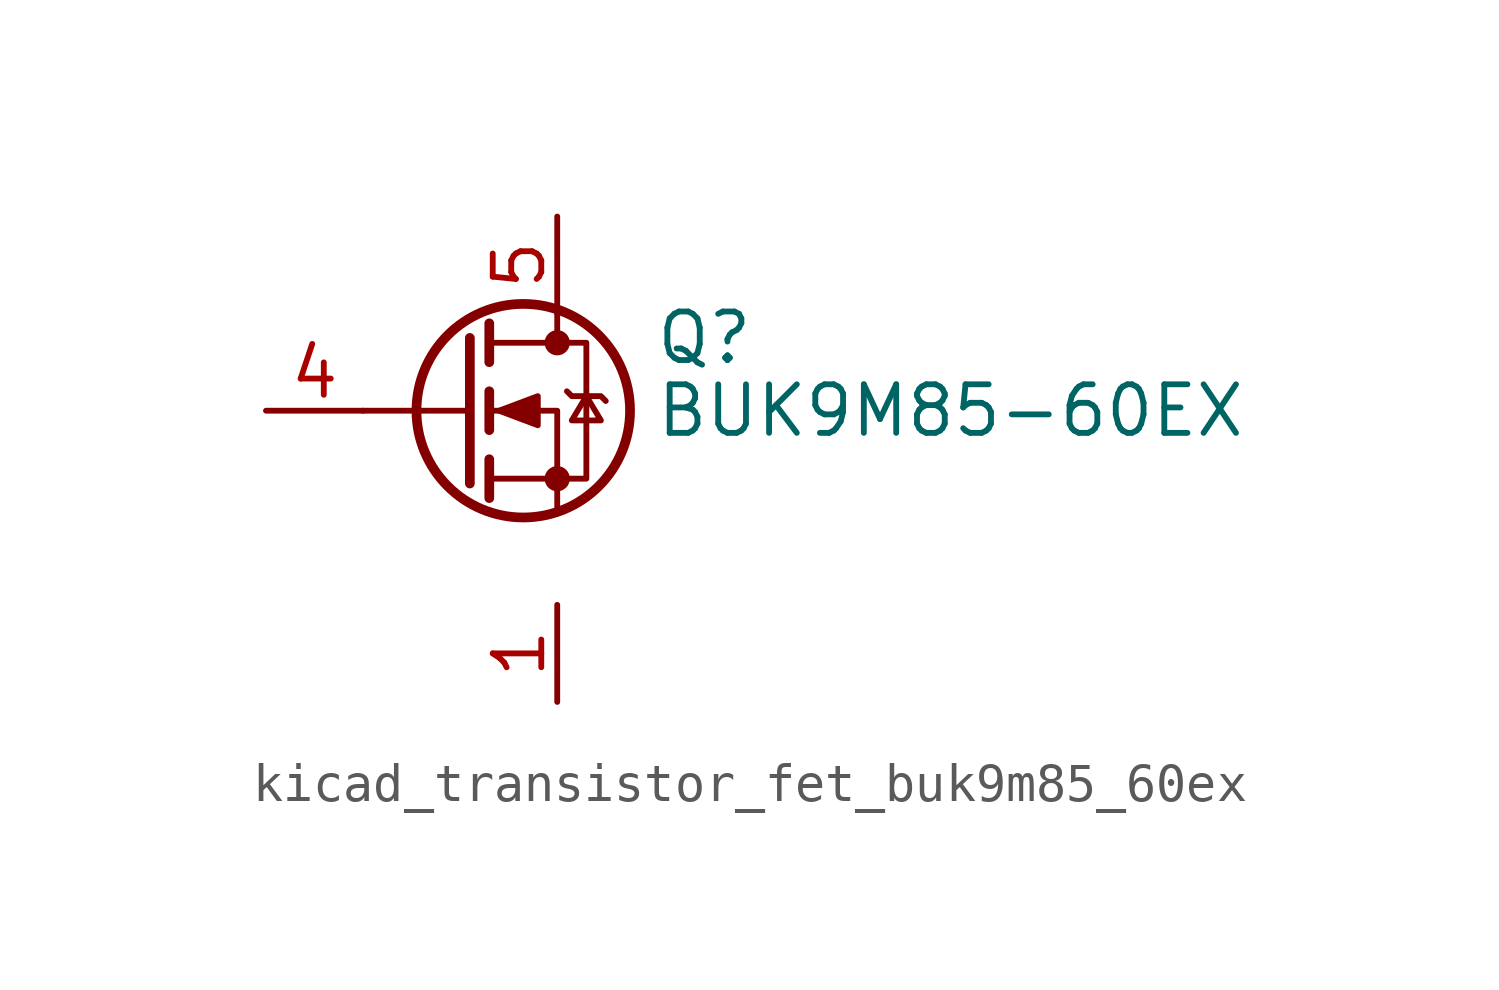
<source format=kicad_sym>
(kicad_symbol_lib
  (version 20220914)
  (generator kicad_symbol_editor)
  (symbol "kicad_transistor_fet_buk9m85_60ex"
    (pin_names hide)
    (property "Reference" "Q"
      (at 5.08 1.905 0)
      (effects (font (size 1.27 1.27)) (justify left)))
    (property "Value" "BUK9M85-60EX"
      (at 5.08 0 0)
      (effects (font (size 1.27 1.27)) (justify left)))
    (symbol "kicad_transistor_fet_buk9m85_60ex_0_1"
      (polyline (pts (xy 0.254 0) (xy -2.54 0)) (stroke (width 0) (type default)) (fill (type none)))
      (polyline (pts (xy 0.254 1.905) (xy 0.254 -1.905)) (stroke (width 0.254) (type default)) (fill (type none)))
      (polyline (pts (xy 0.762 -1.27) (xy 0.762 -2.286)) (stroke (width 0.254) (type default)) (fill (type none)))
      (polyline (pts (xy 0.762 0.508) (xy 0.762 -0.508)) (stroke (width 0.254) (type default)) (fill (type none)))
      (polyline (pts (xy 0.762 2.286) (xy 0.762 1.27)) (stroke (width 0.254) (type default)) (fill (type none)))
      (polyline (pts (xy 2.54 2.54) (xy 2.54 1.778)) (stroke (width 0) (type default)) (fill (type none)))
      (polyline (pts (xy 2.54 -2.54) (xy 2.54 0) (xy 0.762 0)) (stroke (width 0) (type default)) (fill (type none)))
      (polyline (pts (xy 0.762 -1.778) (xy 3.302 -1.778) (xy 3.302 1.778) (xy 0.762 1.778)) (stroke (width 0) (type default)) (fill (type none)))
      (polyline (pts (xy 1.016 0) (xy 2.032 0.381) (xy 2.032 -0.381) (xy 1.016 0)) (stroke (width 0) (type default)) (fill (type outline)))
      (polyline (pts (xy 2.794 0.508) (xy 2.921 0.381) (xy 3.683 0.381) (xy 3.81 0.254)) (stroke (width 0) (type default)) (fill (type none)))
      (polyline (pts (xy 3.302 0.381) (xy 2.921 -0.254) (xy 3.683 -0.254) (xy 3.302 0.381)) (stroke (width 0) (type default)) (fill (type none)))
      (circle (center 1.651 0) (radius 2.794) (stroke (width 0.254) (type default)) (fill (type none)))
      (circle (center 2.54 -1.778) (radius 0.254) (stroke (width 0) (type default)) (fill (type outline)))
      (circle (center 2.54 1.778) (radius 0.254) (stroke (width 0) (type default)) (fill (type outline))))
    (symbol "kicad_transistor_fet_buk9m85_60ex_1_1"
      (pin passive line (at 2.54 -5.08 270) (length 2.54) (name "S" (effects (font (size 1.27 1.27)))) (number "1" (effects (font (size 1.27 1.27)))))
      (pin passive line (at 2.54 -5.08 270) (length 2.54) hide (name "S" (effects (font (size 1.27 1.27)))) (number "2" (effects (font (size 1.27 1.27)))))
      (pin passive line (at 2.54 -5.08 90) (length 2.54) hide (name "S" (effects (font (size 1.27 1.27)))) (number "3" (effects (font (size 1.27 1.27)))))
      (pin passive line (at -5.08 0 0) (length 2.54) (name "G" (effects (font (size 1.27 1.27)))) (number "4" (effects (font (size 1.27 1.27)))))
      (pin passive line (at 2.54 5.08 270) (length 2.54) (name "D" (effects (font (size 1.27 1.27)))) (number "5" (effects (font (size 1.27 1.27))))))))
</source>
